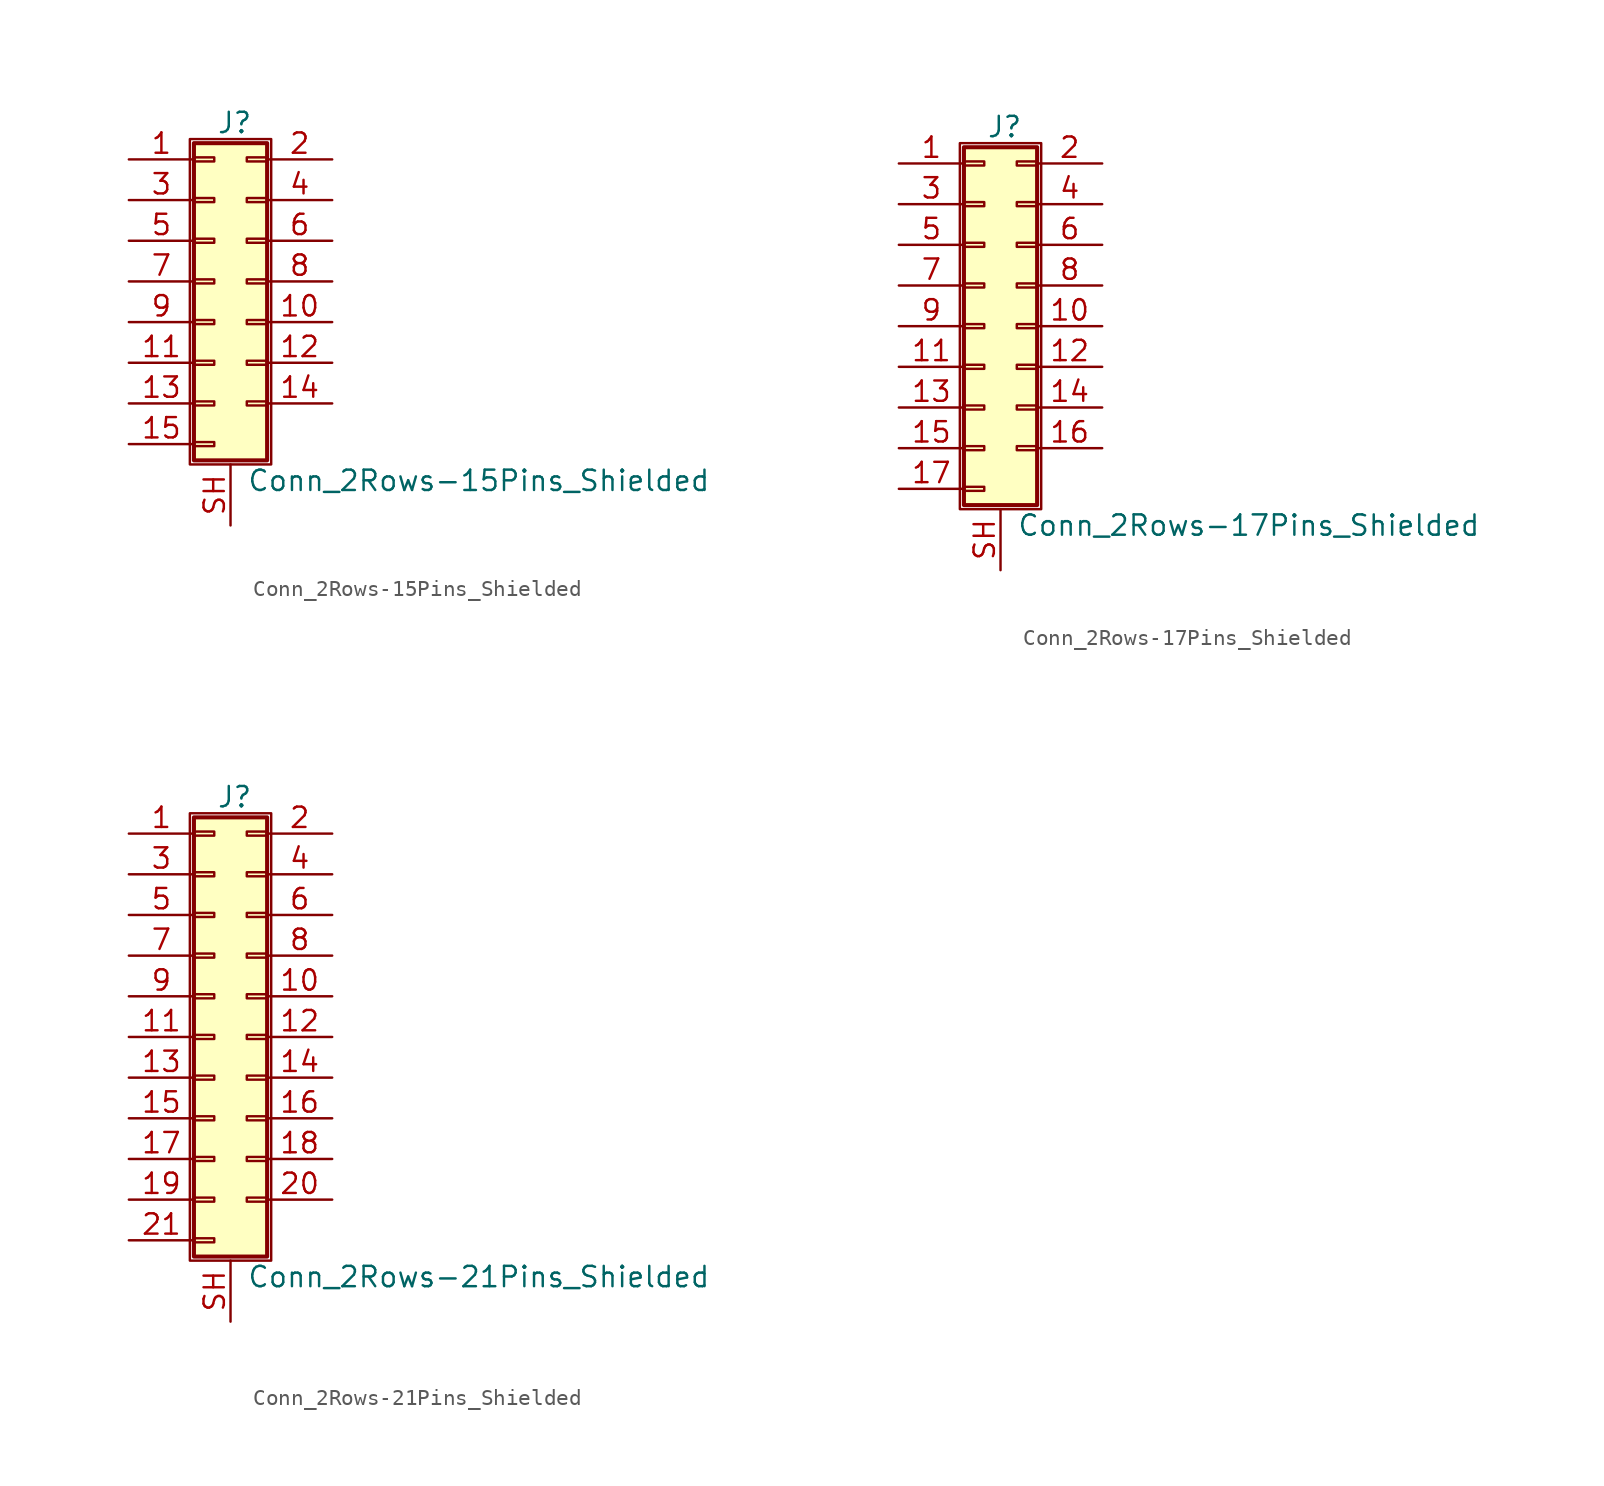
<source format=kicad_sym>
(kicad_symbol_lib
  (version 20211014)
  (generator kicad_symbol_editor)
  (symbol "Conn_2Rows-15Pins_Shielded"
    (pin_names
      (offset 1.016) hide)
    (property "Reference" "J"
      (at 1.524 9.906 0)
      (effects (font (size 1.27 1.27))))
    (property "Value" "Conn_2Rows-15Pins_Shielded"
      (at 2.286 -12.446 0)
      (effects (font (size 1.27 1.27)) (justify left)))
    (symbol "Conn_2Rows-15Pins_Shielded_1_1"
      (rectangle (start -1.27 8.89) (end 3.81 -11.43) (stroke (width 0.152) (type default) (color 0 0 0 0)) (fill (type none)))
      (rectangle (start -1.016 -10.033) (end 0.254 -10.287) (stroke (width 0.152) (type default) (color 0 0 0 0)) (fill (type none)))
      (rectangle (start -1.016 -7.493) (end 0.254 -7.747) (stroke (width 0.152) (type default) (color 0 0 0 0)) (fill (type none)))
      (rectangle (start -1.016 -4.953) (end 0.254 -5.207) (stroke (width 0.152) (type default) (color 0 0 0 0)) (fill (type none)))
      (rectangle (start -1.016 -2.413) (end 0.254 -2.667) (stroke (width 0.152) (type default) (color 0 0 0 0)) (fill (type none)))
      (rectangle (start -1.016 0.127) (end 0.254 -0.127) (stroke (width 0.152) (type default) (color 0 0 0 0)) (fill (type none)))
      (rectangle (start -1.016 2.667) (end 0.254 2.413) (stroke (width 0.152) (type default) (color 0 0 0 0)) (fill (type none)))
      (rectangle (start -1.016 5.207) (end 0.254 4.953) (stroke (width 0.152) (type default) (color 0 0 0 0)) (fill (type none)))
      (rectangle (start -1.016 7.747) (end 0.254 7.493) (stroke (width 0.152) (type default) (color 0 0 0 0)) (fill (type none)))
      (rectangle (start -1.016 8.636) (end 3.556 -11.176) (stroke (width 0.254) (type default) (color 0 0 0 0)) (fill (type background)))
      (rectangle (start 3.556 -7.493) (end 2.286 -7.747) (stroke (width 0.152) (type default) (color 0 0 0 0)) (fill (type none)))
      (rectangle (start 3.556 -4.953) (end 2.286 -5.207) (stroke (width 0.152) (type default) (color 0 0 0 0)) (fill (type none)))
      (rectangle (start 3.556 -2.413) (end 2.286 -2.667) (stroke (width 0.152) (type default) (color 0 0 0 0)) (fill (type none)))
      (rectangle (start 3.556 0.127) (end 2.286 -0.127) (stroke (width 0.152) (type default) (color 0 0 0 0)) (fill (type none)))
      (rectangle (start 3.556 2.667) (end 2.286 2.413) (stroke (width 0.152) (type default) (color 0 0 0 0)) (fill (type none)))
      (rectangle (start 3.556 5.207) (end 2.286 4.953) (stroke (width 0.152) (type default) (color 0 0 0 0)) (fill (type none)))
      (rectangle (start 3.556 7.747) (end 2.286 7.493) (stroke (width 0.152) (type default) (color 0 0 0 0)) (fill (type none)))
      (pin passive line (at -5.08 7.62 0) (length 4.064) (name "Pin_1" (effects (font (size 1.27 1.27)))) (number "1" (effects (font (size 1.27 1.27)))))
      (pin passive line (at 7.62 -2.54 180) (length 4.064) (name "Pin_10" (effects (font (size 1.27 1.27)))) (number "10" (effects (font (size 1.27 1.27)))))
      (pin passive line (at -5.08 -5.08 0) (length 4.064) (name "Pin_11" (effects (font (size 1.27 1.27)))) (number "11" (effects (font (size 1.27 1.27)))))
      (pin passive line (at 7.62 -5.08 180) (length 4.064) (name "Pin_12" (effects (font (size 1.27 1.27)))) (number "12" (effects (font (size 1.27 1.27)))))
      (pin passive line (at -5.08 -7.62 0) (length 4.064) (name "Pin_13" (effects (font (size 1.27 1.27)))) (number "13" (effects (font (size 1.27 1.27)))))
      (pin passive line (at 7.62 -7.62 180) (length 4.064) (name "Pin_14" (effects (font (size 1.27 1.27)))) (number "14" (effects (font (size 1.27 1.27)))))
      (pin passive line (at -5.08 -10.16 0) (length 4.064) (name "Pin_15" (effects (font (size 1.27 1.27)))) (number "15" (effects (font (size 1.27 1.27)))))
      (pin passive line (at 7.62 7.62 180) (length 4.064) (name "Pin_2" (effects (font (size 1.27 1.27)))) (number "2" (effects (font (size 1.27 1.27)))))
      (pin passive line (at -5.08 5.08 0) (length 4.064) (name "Pin_3" (effects (font (size 1.27 1.27)))) (number "3" (effects (font (size 1.27 1.27)))))
      (pin passive line (at 7.62 5.08 180) (length 4.064) (name "Pin_4" (effects (font (size 1.27 1.27)))) (number "4" (effects (font (size 1.27 1.27)))))
      (pin passive line (at -5.08 2.54 0) (length 4.064) (name "Pin_5" (effects (font (size 1.27 1.27)))) (number "5" (effects (font (size 1.27 1.27)))))
      (pin passive line (at 7.62 2.54 180) (length 4.064) (name "Pin_6" (effects (font (size 1.27 1.27)))) (number "6" (effects (font (size 1.27 1.27)))))
      (pin passive line (at -5.08 0 0) (length 4.064) (name "Pin_7" (effects (font (size 1.27 1.27)))) (number "7" (effects (font (size 1.27 1.27)))))
      (pin passive line (at 7.62 0 180) (length 4.064) (name "Pin_8" (effects (font (size 1.27 1.27)))) (number "8" (effects (font (size 1.27 1.27)))))
      (pin passive line (at -5.08 -2.54 0) (length 4.064) (name "Pin_9" (effects (font (size 1.27 1.27)))) (number "9" (effects (font (size 1.27 1.27)))))
      (pin passive line (at 1.27 -15.24 90) (length 3.81) (name "Shield" (effects (font (size 1.27 1.27)))) (number "SH" (effects (font (size 1.27 1.27)))))))
  (symbol "Conn_2Rows-17Pins_Shielded"
    (pin_names
      (offset 1.016) hide)
    (property "Reference" "J"
      (at 1.524 12.446 0)
      (effects (font (size 1.27 1.27))))
    (property "Value" "Conn_2Rows-17Pins_Shielded"
      (at 2.286 -12.446 0)
      (effects (font (size 1.27 1.27)) (justify left)))
    (symbol "Conn_2Rows-17Pins_Shielded_1_1"
      (rectangle (start -1.27 11.43) (end 3.81 -11.43) (stroke (width 0.152) (type default) (color 0 0 0 0)) (fill (type none)))
      (rectangle (start -1.016 -10.033) (end 0.254 -10.287) (stroke (width 0.152) (type default) (color 0 0 0 0)) (fill (type none)))
      (rectangle (start -1.016 -7.493) (end 0.254 -7.747) (stroke (width 0.152) (type default) (color 0 0 0 0)) (fill (type none)))
      (rectangle (start -1.016 -4.953) (end 0.254 -5.207) (stroke (width 0.152) (type default) (color 0 0 0 0)) (fill (type none)))
      (rectangle (start -1.016 -2.413) (end 0.254 -2.667) (stroke (width 0.152) (type default) (color 0 0 0 0)) (fill (type none)))
      (rectangle (start -1.016 0.127) (end 0.254 -0.127) (stroke (width 0.152) (type default) (color 0 0 0 0)) (fill (type none)))
      (rectangle (start -1.016 2.667) (end 0.254 2.413) (stroke (width 0.152) (type default) (color 0 0 0 0)) (fill (type none)))
      (rectangle (start -1.016 5.207) (end 0.254 4.953) (stroke (width 0.152) (type default) (color 0 0 0 0)) (fill (type none)))
      (rectangle (start -1.016 7.747) (end 0.254 7.493) (stroke (width 0.152) (type default) (color 0 0 0 0)) (fill (type none)))
      (rectangle (start -1.016 10.287) (end 0.254 10.033) (stroke (width 0.152) (type default) (color 0 0 0 0)) (fill (type none)))
      (rectangle (start -1.016 11.176) (end 3.556 -11.176) (stroke (width 0.254) (type default) (color 0 0 0 0)) (fill (type background)))
      (rectangle (start 3.556 -7.493) (end 2.286 -7.747) (stroke (width 0.152) (type default) (color 0 0 0 0)) (fill (type none)))
      (rectangle (start 3.556 -4.953) (end 2.286 -5.207) (stroke (width 0.152) (type default) (color 0 0 0 0)) (fill (type none)))
      (rectangle (start 3.556 -2.413) (end 2.286 -2.667) (stroke (width 0.152) (type default) (color 0 0 0 0)) (fill (type none)))
      (rectangle (start 3.556 0.127) (end 2.286 -0.127) (stroke (width 0.152) (type default) (color 0 0 0 0)) (fill (type none)))
      (rectangle (start 3.556 2.667) (end 2.286 2.413) (stroke (width 0.152) (type default) (color 0 0 0 0)) (fill (type none)))
      (rectangle (start 3.556 5.207) (end 2.286 4.953) (stroke (width 0.152) (type default) (color 0 0 0 0)) (fill (type none)))
      (rectangle (start 3.556 7.747) (end 2.286 7.493) (stroke (width 0.152) (type default) (color 0 0 0 0)) (fill (type none)))
      (rectangle (start 3.556 10.287) (end 2.286 10.033) (stroke (width 0.152) (type default) (color 0 0 0 0)) (fill (type none)))
      (pin passive line (at -5.08 10.16 0) (length 4.064) (name "Pin_1" (effects (font (size 1.27 1.27)))) (number "1" (effects (font (size 1.27 1.27)))))
      (pin passive line (at 7.62 0 180) (length 4.064) (name "Pin_10" (effects (font (size 1.27 1.27)))) (number "10" (effects (font (size 1.27 1.27)))))
      (pin passive line (at -5.08 -2.54 0) (length 4.064) (name "Pin_11" (effects (font (size 1.27 1.27)))) (number "11" (effects (font (size 1.27 1.27)))))
      (pin passive line (at 7.62 -2.54 180) (length 4.064) (name "Pin_12" (effects (font (size 1.27 1.27)))) (number "12" (effects (font (size 1.27 1.27)))))
      (pin passive line (at -5.08 -5.08 0) (length 4.064) (name "Pin_13" (effects (font (size 1.27 1.27)))) (number "13" (effects (font (size 1.27 1.27)))))
      (pin passive line (at 7.62 -5.08 180) (length 4.064) (name "Pin_14" (effects (font (size 1.27 1.27)))) (number "14" (effects (font (size 1.27 1.27)))))
      (pin passive line (at -5.08 -7.62 0) (length 4.064) (name "Pin_15" (effects (font (size 1.27 1.27)))) (number "15" (effects (font (size 1.27 1.27)))))
      (pin passive line (at 7.62 -7.62 180) (length 4.064) (name "Pin_16" (effects (font (size 1.27 1.27)))) (number "16" (effects (font (size 1.27 1.27)))))
      (pin passive line (at -5.08 -10.16 0) (length 4.064) (name "Pin_17" (effects (font (size 1.27 1.27)))) (number "17" (effects (font (size 1.27 1.27)))))
      (pin passive line (at 7.62 10.16 180) (length 4.064) (name "Pin_2" (effects (font (size 1.27 1.27)))) (number "2" (effects (font (size 1.27 1.27)))))
      (pin passive line (at -5.08 7.62 0) (length 4.064) (name "Pin_3" (effects (font (size 1.27 1.27)))) (number "3" (effects (font (size 1.27 1.27)))))
      (pin passive line (at 7.62 7.62 180) (length 4.064) (name "Pin_4" (effects (font (size 1.27 1.27)))) (number "4" (effects (font (size 1.27 1.27)))))
      (pin passive line (at -5.08 5.08 0) (length 4.064) (name "Pin_5" (effects (font (size 1.27 1.27)))) (number "5" (effects (font (size 1.27 1.27)))))
      (pin passive line (at 7.62 5.08 180) (length 4.064) (name "Pin_6" (effects (font (size 1.27 1.27)))) (number "6" (effects (font (size 1.27 1.27)))))
      (pin passive line (at -5.08 2.54 0) (length 4.064) (name "Pin_7" (effects (font (size 1.27 1.27)))) (number "7" (effects (font (size 1.27 1.27)))))
      (pin passive line (at 7.62 2.54 180) (length 4.064) (name "Pin_8" (effects (font (size 1.27 1.27)))) (number "8" (effects (font (size 1.27 1.27)))))
      (pin passive line (at -5.08 0 0) (length 4.064) (name "Pin_9" (effects (font (size 1.27 1.27)))) (number "9" (effects (font (size 1.27 1.27)))))
      (pin passive line (at 1.27 -15.24 90) (length 3.81) (name "Shield" (effects (font (size 1.27 1.27)))) (number "SH" (effects (font (size 1.27 1.27)))))))
  (symbol "Conn_2Rows-21Pins_Shielded"
    (pin_names
      (offset 1.016) hide)
    (property "Reference" "J"
      (at 1.524 14.986 0)
      (effects (font (size 1.27 1.27))))
    (property "Value" "Conn_2Rows-21Pins_Shielded"
      (at 2.286 -14.986 0)
      (effects (font (size 1.27 1.27)) (justify left)))
    (symbol "Conn_2Rows-21Pins_Shielded_1_1"
      (rectangle (start -1.27 13.97) (end 3.81 -13.97) (stroke (width 0.152) (type default) (color 0 0 0 0)) (fill (type none)))
      (rectangle (start -1.016 -12.573) (end 0.254 -12.827) (stroke (width 0.152) (type default) (color 0 0 0 0)) (fill (type none)))
      (rectangle (start -1.016 -10.033) (end 0.254 -10.287) (stroke (width 0.152) (type default) (color 0 0 0 0)) (fill (type none)))
      (rectangle (start -1.016 -7.493) (end 0.254 -7.747) (stroke (width 0.152) (type default) (color 0 0 0 0)) (fill (type none)))
      (rectangle (start -1.016 -4.953) (end 0.254 -5.207) (stroke (width 0.152) (type default) (color 0 0 0 0)) (fill (type none)))
      (rectangle (start -1.016 -2.413) (end 0.254 -2.667) (stroke (width 0.152) (type default) (color 0 0 0 0)) (fill (type none)))
      (rectangle (start -1.016 0.127) (end 0.254 -0.127) (stroke (width 0.152) (type default) (color 0 0 0 0)) (fill (type none)))
      (rectangle (start -1.016 2.667) (end 0.254 2.413) (stroke (width 0.152) (type default) (color 0 0 0 0)) (fill (type none)))
      (rectangle (start -1.016 5.207) (end 0.254 4.953) (stroke (width 0.152) (type default) (color 0 0 0 0)) (fill (type none)))
      (rectangle (start -1.016 7.747) (end 0.254 7.493) (stroke (width 0.152) (type default) (color 0 0 0 0)) (fill (type none)))
      (rectangle (start -1.016 10.287) (end 0.254 10.033) (stroke (width 0.152) (type default) (color 0 0 0 0)) (fill (type none)))
      (rectangle (start -1.016 12.827) (end 0.254 12.573) (stroke (width 0.152) (type default) (color 0 0 0 0)) (fill (type none)))
      (rectangle (start -1.016 13.716) (end 3.556 -13.716) (stroke (width 0.254) (type default) (color 0 0 0 0)) (fill (type background)))
      (rectangle (start 3.556 -10.033) (end 2.286 -10.287) (stroke (width 0.152) (type default) (color 0 0 0 0)) (fill (type none)))
      (rectangle (start 3.556 -7.493) (end 2.286 -7.747) (stroke (width 0.152) (type default) (color 0 0 0 0)) (fill (type none)))
      (rectangle (start 3.556 -4.953) (end 2.286 -5.207) (stroke (width 0.152) (type default) (color 0 0 0 0)) (fill (type none)))
      (rectangle (start 3.556 -2.413) (end 2.286 -2.667) (stroke (width 0.152) (type default) (color 0 0 0 0)) (fill (type none)))
      (rectangle (start 3.556 0.127) (end 2.286 -0.127) (stroke (width 0.152) (type default) (color 0 0 0 0)) (fill (type none)))
      (rectangle (start 3.556 2.667) (end 2.286 2.413) (stroke (width 0.152) (type default) (color 0 0 0 0)) (fill (type none)))
      (rectangle (start 3.556 5.207) (end 2.286 4.953) (stroke (width 0.152) (type default) (color 0 0 0 0)) (fill (type none)))
      (rectangle (start 3.556 7.747) (end 2.286 7.493) (stroke (width 0.152) (type default) (color 0 0 0 0)) (fill (type none)))
      (rectangle (start 3.556 10.287) (end 2.286 10.033) (stroke (width 0.152) (type default) (color 0 0 0 0)) (fill (type none)))
      (rectangle (start 3.556 12.827) (end 2.286 12.573) (stroke (width 0.152) (type default) (color 0 0 0 0)) (fill (type none)))
      (pin passive line (at -5.08 12.7 0) (length 4.064) (name "Pin_1" (effects (font (size 1.27 1.27)))) (number "1" (effects (font (size 1.27 1.27)))))
      (pin passive line (at 7.62 2.54 180) (length 4.064) (name "Pin_10" (effects (font (size 1.27 1.27)))) (number "10" (effects (font (size 1.27 1.27)))))
      (pin passive line (at -5.08 0 0) (length 4.064) (name "Pin_11" (effects (font (size 1.27 1.27)))) (number "11" (effects (font (size 1.27 1.27)))))
      (pin passive line (at 7.62 0 180) (length 4.064) (name "Pin_12" (effects (font (size 1.27 1.27)))) (number "12" (effects (font (size 1.27 1.27)))))
      (pin passive line (at -5.08 -2.54 0) (length 4.064) (name "Pin_13" (effects (font (size 1.27 1.27)))) (number "13" (effects (font (size 1.27 1.27)))))
      (pin passive line (at 7.62 -2.54 180) (length 4.064) (name "Pin_14" (effects (font (size 1.27 1.27)))) (number "14" (effects (font (size 1.27 1.27)))))
      (pin passive line (at -5.08 -5.08 0) (length 4.064) (name "Pin_15" (effects (font (size 1.27 1.27)))) (number "15" (effects (font (size 1.27 1.27)))))
      (pin passive line (at 7.62 -5.08 180) (length 4.064) (name "Pin_16" (effects (font (size 1.27 1.27)))) (number "16" (effects (font (size 1.27 1.27)))))
      (pin passive line (at -5.08 -7.62 0) (length 4.064) (name "Pin_17" (effects (font (size 1.27 1.27)))) (number "17" (effects (font (size 1.27 1.27)))))
      (pin passive line (at 7.62 -7.62 180) (length 4.064) (name "Pin_18" (effects (font (size 1.27 1.27)))) (number "18" (effects (font (size 1.27 1.27)))))
      (pin passive line (at -5.08 -10.16 0) (length 4.064) (name "Pin_19" (effects (font (size 1.27 1.27)))) (number "19" (effects (font (size 1.27 1.27)))))
      (pin passive line (at 7.62 12.7 180) (length 4.064) (name "Pin_2" (effects (font (size 1.27 1.27)))) (number "2" (effects (font (size 1.27 1.27)))))
      (pin passive line (at 7.62 -10.16 180) (length 4.064) (name "Pin_20" (effects (font (size 1.27 1.27)))) (number "20" (effects (font (size 1.27 1.27)))))
      (pin passive line (at -5.08 -12.7 0) (length 4.064) (name "Pin_21" (effects (font (size 1.27 1.27)))) (number "21" (effects (font (size 1.27 1.27)))))
      (pin passive line (at -5.08 10.16 0) (length 4.064) (name "Pin_3" (effects (font (size 1.27 1.27)))) (number "3" (effects (font (size 1.27 1.27)))))
      (pin passive line (at 7.62 10.16 180) (length 4.064) (name "Pin_4" (effects (font (size 1.27 1.27)))) (number "4" (effects (font (size 1.27 1.27)))))
      (pin passive line (at -5.08 7.62 0) (length 4.064) (name "Pin_5" (effects (font (size 1.27 1.27)))) (number "5" (effects (font (size 1.27 1.27)))))
      (pin passive line (at 7.62 7.62 180) (length 4.064) (name "Pin_6" (effects (font (size 1.27 1.27)))) (number "6" (effects (font (size 1.27 1.27)))))
      (pin passive line (at -5.08 5.08 0) (length 4.064) (name "Pin_7" (effects (font (size 1.27 1.27)))) (number "7" (effects (font (size 1.27 1.27)))))
      (pin passive line (at 7.62 5.08 180) (length 4.064) (name "Pin_8" (effects (font (size 1.27 1.27)))) (number "8" (effects (font (size 1.27 1.27)))))
      (pin passive line (at -5.08 2.54 0) (length 4.064) (name "Pin_9" (effects (font (size 1.27 1.27)))) (number "9" (effects (font (size 1.27 1.27)))))
      (pin passive line (at 1.27 -17.78 90) (length 3.81) (name "Shield" (effects (font (size 1.27 1.27)))) (number "SH" (effects (font (size 1.27 1.27))))))))
</source>
